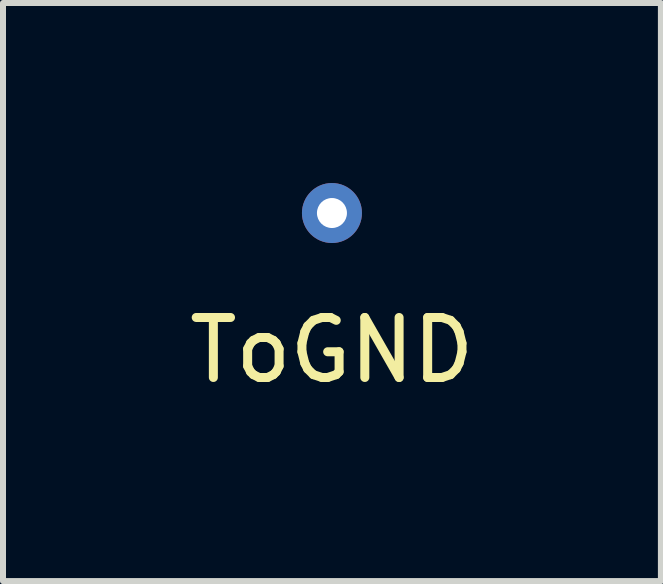
<source format=kicad_pcb>
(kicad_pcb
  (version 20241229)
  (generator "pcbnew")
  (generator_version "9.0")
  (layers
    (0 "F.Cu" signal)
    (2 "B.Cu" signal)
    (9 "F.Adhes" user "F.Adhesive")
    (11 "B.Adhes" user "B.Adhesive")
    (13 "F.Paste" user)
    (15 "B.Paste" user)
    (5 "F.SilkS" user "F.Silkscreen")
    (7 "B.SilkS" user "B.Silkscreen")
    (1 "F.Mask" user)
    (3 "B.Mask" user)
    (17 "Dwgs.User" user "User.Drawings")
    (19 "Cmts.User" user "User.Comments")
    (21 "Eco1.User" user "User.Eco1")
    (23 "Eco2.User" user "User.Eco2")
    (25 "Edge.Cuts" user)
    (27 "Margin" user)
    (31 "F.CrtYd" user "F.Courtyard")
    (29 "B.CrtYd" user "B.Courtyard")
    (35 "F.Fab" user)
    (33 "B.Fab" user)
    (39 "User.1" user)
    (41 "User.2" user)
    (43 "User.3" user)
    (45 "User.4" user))
  (footprint "ToGND"
    (layer "F.Cu")
    (at 2.482 0.5)
    (property "Reference" "ToGND" (at 0 2.286 0) (layer "F.SilkS") (effects (font (size 1 1) (thickness 0.15))))
    (attr through_hole)
    (pad "1" thru_hole circle (at 0 0) (size 1 1) (drill 0.5) (layers "*.Cu" "*.Mask")))
  (gr_rect
    (start -3 -3)
    (end 7.964 6.634)
    (stroke (width 0.1) (type default))
    (fill no)
    (layer "Edge.Cuts")))
</source>
